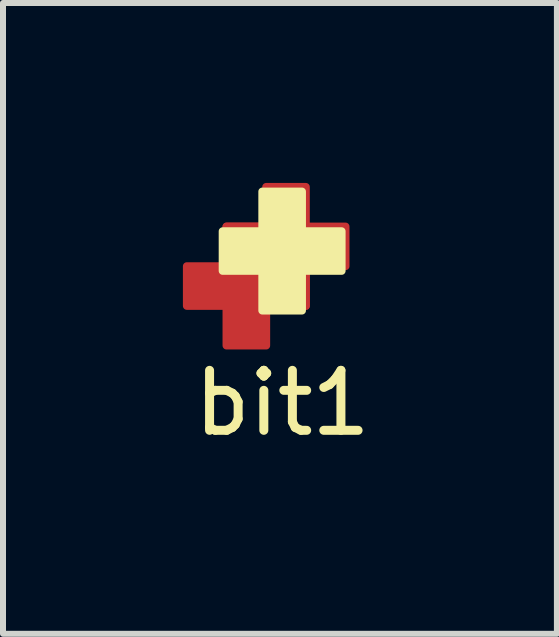
<source format=kicad_pcb>
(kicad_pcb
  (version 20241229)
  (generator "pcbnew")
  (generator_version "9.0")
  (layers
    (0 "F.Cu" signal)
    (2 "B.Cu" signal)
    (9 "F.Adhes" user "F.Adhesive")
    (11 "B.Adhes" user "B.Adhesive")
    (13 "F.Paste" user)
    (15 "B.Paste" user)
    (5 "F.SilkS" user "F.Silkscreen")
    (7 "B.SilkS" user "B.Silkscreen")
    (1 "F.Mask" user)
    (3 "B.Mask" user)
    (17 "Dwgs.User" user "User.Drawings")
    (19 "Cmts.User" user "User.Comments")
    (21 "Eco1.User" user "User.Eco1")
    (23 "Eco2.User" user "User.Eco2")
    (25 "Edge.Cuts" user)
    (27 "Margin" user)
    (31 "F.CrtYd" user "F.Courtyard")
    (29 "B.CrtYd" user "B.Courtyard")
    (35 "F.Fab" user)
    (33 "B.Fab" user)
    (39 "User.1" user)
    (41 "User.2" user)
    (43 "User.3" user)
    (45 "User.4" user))
  (footprint "bit1"
    (layer "F.Cu")
    (at 1.659 1.131)
    (property "Reference" "bit1" (at 0 2.54 0) (unlocked yes) (layer "F.SilkS") (effects (font (size 1 1) (thickness 0.15))))
    (fp_poly (pts (xy -0.932 -0.403) (xy -0.932 0.258) (xy -1.593 0.258) (xy -1.593 0.92) (xy -0.932 0.92) (xy -0.932 1.581) (xy -0.27 1.581) (xy -0.27 0.92) (xy 0.391 0.92) (xy 0.391 0.258) (xy -0.27 0.258) (xy -0.27 -0.403) (xy -0.932 -0.403)) (stroke (width 0.132) (type solid)) (fill yes) (layer "F.Cu"))
    (fp_poly (pts (xy -0.27 -1.064) (xy -0.27 -0.403) (xy -0.932 -0.403) (xy -0.932 0.258) (xy -0.27 0.258) (xy -0.27 0.92) (xy 0.391 0.92) (xy 0.391 0.258) (xy 1.053 0.258) (xy 1.053 -0.403) (xy 0.391 -0.403) (xy 0.391 -1.064) (xy -0.27 -1.064)) (stroke (width 0.132) (type solid)) (fill yes) (layer "F.Cu"))
    (fp_poly (pts (xy -0.335 -0.987) (xy -0.335 -0.325) (xy -0.996 -0.325) (xy -0.996 0.336) (xy -0.335 0.336) (xy -0.335 0.998) (xy 0.327 0.998) (xy 0.327 0.336) (xy 0.988 0.336) (xy 0.988 -0.325) (xy 0.327 -0.325) (xy 0.327 -0.987) (xy -0.335 -0.987)) (stroke (width 0.132) (type solid)) (fill yes) (layer "F.SilkS")))
  (gr_rect
    (start -3 -3)
    (end 6.237 7.519)
    (stroke (width 0.1) (type default))
    (fill no)
    (layer "Edge.Cuts")))
</source>
